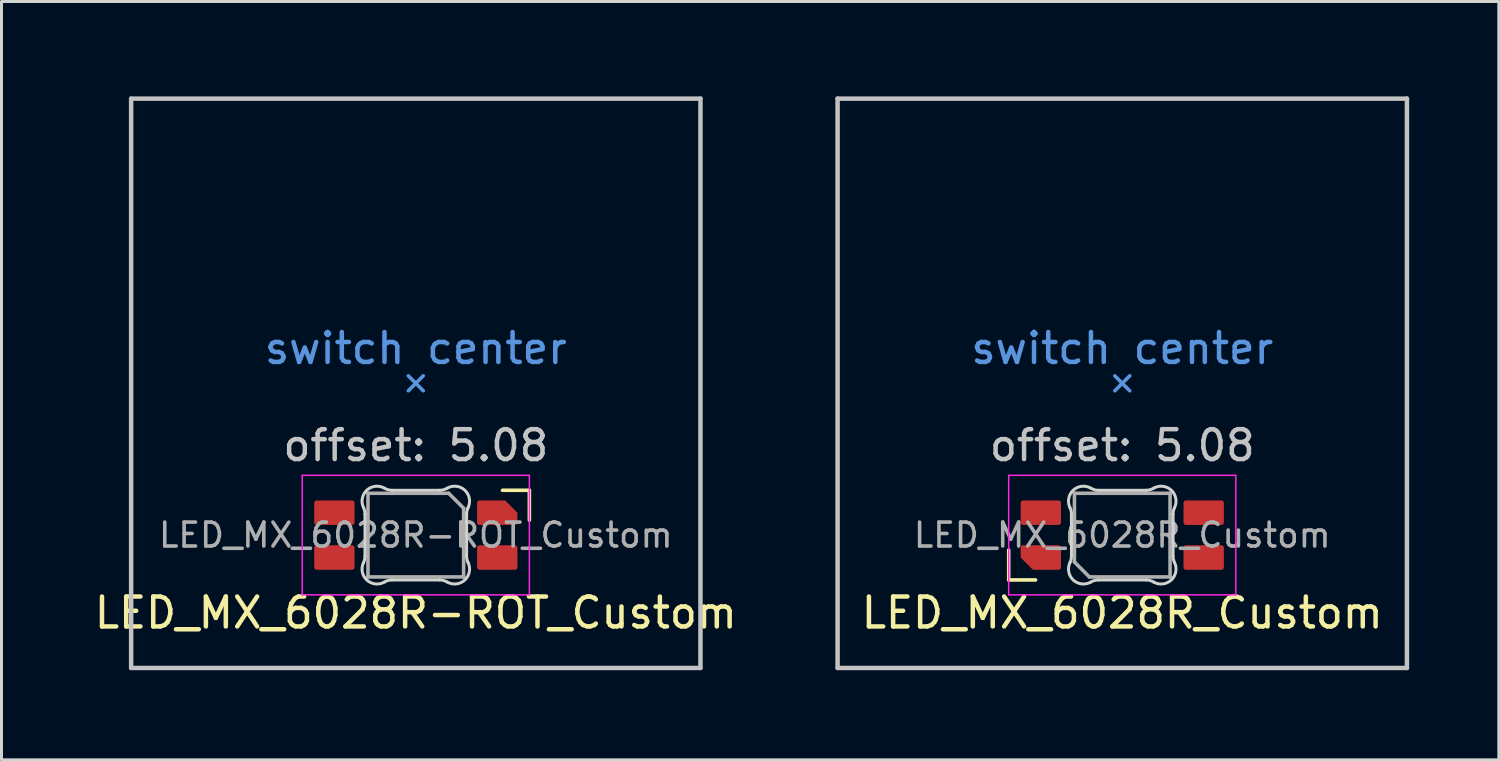
<source format=kicad_pcb>
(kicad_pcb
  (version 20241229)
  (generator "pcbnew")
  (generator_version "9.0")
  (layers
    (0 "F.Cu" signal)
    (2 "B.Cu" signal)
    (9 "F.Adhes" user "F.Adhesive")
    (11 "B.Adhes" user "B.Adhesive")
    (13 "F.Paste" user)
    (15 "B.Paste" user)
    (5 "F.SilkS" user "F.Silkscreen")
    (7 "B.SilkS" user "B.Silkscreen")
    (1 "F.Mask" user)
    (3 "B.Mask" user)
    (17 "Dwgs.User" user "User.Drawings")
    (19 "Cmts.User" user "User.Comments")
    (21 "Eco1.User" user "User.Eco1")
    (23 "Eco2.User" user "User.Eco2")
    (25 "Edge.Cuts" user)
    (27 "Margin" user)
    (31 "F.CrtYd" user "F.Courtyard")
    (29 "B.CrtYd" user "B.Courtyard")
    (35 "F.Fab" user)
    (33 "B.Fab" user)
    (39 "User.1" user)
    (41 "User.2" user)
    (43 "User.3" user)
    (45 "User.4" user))
  (footprint "LED_MX_6028R_Custom"
    (layer "F.Cu")
    (at 24.976 0.25)
    (property "Reference" "LED_MX_6028R_Custom" (at 9.525 17.205 0) (layer "F.SilkS") (effects (font (size 1 1) (thickness 0.15))))
    (attr smd)
    (fp_line (start 5.725 15.105) (end 5.725 16.105) (stroke (width 0.12) (type solid)) (layer "F.SilkS"))
    (fp_line (start 5.725 16.105) (end 6.625 16.105) (stroke (width 0.12) (type solid)) (layer "F.SilkS"))
    (fp_line (start 0 0) (end 0 19.05) (stroke (width 0.15) (type solid)) (layer "Dwgs.User"))
    (fp_line (start 0 19.05) (end 19.05 19.05) (stroke (width 0.15) (type solid)) (layer "Dwgs.User"))
    (fp_line (start 19.05 0) (end 0 0) (stroke (width 0.15) (type solid)) (layer "Dwgs.User"))
    (fp_line (start 19.05 19.05) (end 19.05 0) (stroke (width 0.15) (type solid)) (layer "Dwgs.User"))
    (fp_line (start 9.275 9.775) (end 9.525 9.525) (stroke (width 0.12) (type solid)) (layer "Cmts.User"))
    (fp_line (start 9.525 9.525) (end 9.275 9.275) (stroke (width 0.12) (type solid)) (layer "Cmts.User"))
    (fp_line (start 9.525 9.525) (end 9.775 9.275) (stroke (width 0.12) (type solid)) (layer "Cmts.User"))
    (fp_line (start 9.775 9.775) (end 9.525 9.525) (stroke (width 0.12) (type solid)) (layer "Cmts.User"))
    (fp_line (start 7.825 13.902) (end 7.825 15.308) (stroke (width 0.1) (type solid)) (layer "Edge.Cuts"))
    (fp_line (start 8.731 16.105) (end 10.319 16.105) (stroke (width 0.1) (type solid)) (layer "Edge.Cuts"))
    (fp_line (start 10.319 13.105) (end 8.731 13.105) (stroke (width 0.1) (type solid)) (layer "Edge.Cuts"))
    (fp_line (start 11.225 15.308) (end 11.225 13.902) (stroke (width 0.1) (type solid)) (layer "Edge.Cuts"))
    (fp_arc (start 7.775516 13.685279) (mid 7.812473 13.790931) (end 7.825001 13.902156) (stroke (width 0.1) (type solid)) (layer "Edge.Cuts"))
    (fp_arc (start 7.775516 13.685279) (mid 7.886929 13.100964) (end 8.478289 13.036701) (stroke (width 0.1) (type solid)) (layer "Edge.Cuts"))
    (fp_arc (start 7.825001 15.307841) (mid 7.812473 15.419067) (end 7.775516 15.524719) (stroke (width 0.1) (type solid)) (layer "Edge.Cuts"))
    (fp_arc (start 8.478289 16.173298) (mid 7.886928 16.109034) (end 7.775516 15.524718) (stroke (width 0.1) (type solid)) (layer "Edge.Cuts"))
    (fp_arc (start 8.478289 16.173298) (mid 8.599877 16.122376) (end 8.730548 16.104999) (stroke (width 0.1) (type solid)) (layer "Edge.Cuts"))
    (fp_arc (start 8.730547 13.105) (mid 8.599877 13.087623) (end 8.478289 13.036701) (stroke (width 0.1) (type solid)) (layer "Edge.Cuts"))
    (fp_arc (start 10.319452 16.104999) (mid 10.450122 16.122376) (end 10.57171 16.173298) (stroke (width 0.1) (type solid)) (layer "Edge.Cuts"))
    (fp_arc (start 10.571711 13.0367) (mid 10.450123 13.087622) (end 10.319453 13.104999) (stroke (width 0.1) (type solid)) (layer "Edge.Cuts"))
    (fp_arc (start 10.571711 13.0367) (mid 11.163072 13.100964) (end 11.274484 13.685279) (stroke (width 0.1) (type solid)) (layer "Edge.Cuts"))
    (fp_arc (start 11.224999 13.902157) (mid 11.237528 13.790931) (end 11.274484 13.685279) (stroke (width 0.1) (type solid)) (layer "Edge.Cuts"))
    (fp_arc (start 11.274484 15.524719) (mid 11.16307 16.109033) (end 10.571711 16.173296) (stroke (width 0.1) (type solid)) (layer "Edge.Cuts"))
    (fp_arc (start 11.274484 15.524719) (mid 11.237519 15.419068) (end 11.224999 15.307842) (stroke (width 0.1) (type solid)) (layer "Edge.Cuts"))
    (fp_line (start 5.725 12.605) (end 13.325 12.605) (stroke (width 0.05) (type solid)) (layer "F.CrtYd"))
    (fp_line (start 5.725 16.605) (end 5.725 12.605) (stroke (width 0.05) (type solid)) (layer "F.CrtYd"))
    (fp_line (start 13.325 12.605) (end 13.325 16.605) (stroke (width 0.05) (type solid)) (layer "F.CrtYd"))
    (fp_line (start 13.325 16.605) (end 5.725 16.605) (stroke (width 0.05) (type solid)) (layer "F.CrtYd"))
    (fp_line (start 7.925 13.205) (end 11.125 13.205) (stroke (width 0.12) (type solid)) (layer "F.Fab"))
    (fp_line (start 7.925 15.505) (end 7.925 13.205) (stroke (width 0.12) (type solid)) (layer "F.Fab"))
    (fp_line (start 7.925 15.505) (end 8.425 16.005) (stroke (width 0.12) (type solid)) (layer "F.Fab"))
    (fp_line (start 11.125 13.205) (end 11.125 16.005) (stroke (width 0.12) (type solid)) (layer "F.Fab"))
    (fp_line (start 11.125 16.005) (end 8.425 16.005) (stroke (width 0.12) (type solid)) (layer "F.Fab"))
    (fp_text user "offset: 5.08" (at 9.525 11.605 0) (layer "Dwgs.User") (effects (font (size 1 1) (thickness 0.15))))
    (fp_text user "switch center" (at 9.525 8.355 0) (layer "Cmts.User") (effects (font (size 1 1) (thickness 0.15))))
    (fp_text user "${REFERENCE}" (at 9.525 14.605 0) (layer "F.Fab") (effects (font (size 0.8 0.8) (thickness 0.12))))
    (pad "1" smd roundrect (at 12.25 13.855 90) (size 0.82 1.35) (layers "F.Cu" "F.Mask" "F.Paste") (roundrect_rratio 0.1))
    (pad "2" smd roundrect (at 12.25 15.355 90) (size 0.82 1.35) (layers "F.Cu" "F.Mask" "F.Paste") (roundrect_rratio 0.1))
    (pad "3" smd roundrect (at 6.8 13.855 90) (size 0.82 1.35) (layers "F.Cu" "F.Mask" "F.Paste") (roundrect_rratio 0.1))
    (pad "4" smd roundrect (at 6.8 15.355 90) (size 0.82 1.35) (layers "F.Cu" "F.Mask" "F.Paste") (roundrect_rratio 0.1) (chamfer_ratio 0.5) (chamfer top_left)))
  (footprint "LED_MX_6028R-ROT_Custom"
    (layer "F.Cu")
    (at 1.338 0.25)
    (property "Reference" "LED_MX_6028R-ROT_Custom" (at 9.525 17.205 0) (layer "F.SilkS") (effects (font (size 1 1) (thickness 0.15))))
    (attr smd)
    (fp_line (start 13.325 13.105) (end 12.425 13.105) (stroke (width 0.12) (type solid)) (layer "F.SilkS"))
    (fp_line (start 13.325 14.105) (end 13.325 13.105) (stroke (width 0.12) (type solid)) (layer "F.SilkS"))
    (fp_line (start 0 0) (end 0 19.05) (stroke (width 0.15) (type solid)) (layer "Dwgs.User"))
    (fp_line (start 0 19.05) (end 19.05 19.05) (stroke (width 0.15) (type solid)) (layer "Dwgs.User"))
    (fp_line (start 19.05 0) (end 0 0) (stroke (width 0.15) (type solid)) (layer "Dwgs.User"))
    (fp_line (start 19.05 19.05) (end 19.05 0) (stroke (width 0.15) (type solid)) (layer "Dwgs.User"))
    (fp_line (start 9.275 9.775) (end 9.525 9.525) (stroke (width 0.12) (type solid)) (layer "Cmts.User"))
    (fp_line (start 9.525 9.525) (end 9.275 9.275) (stroke (width 0.12) (type solid)) (layer "Cmts.User"))
    (fp_line (start 9.525 9.525) (end 9.775 9.275) (stroke (width 0.12) (type solid)) (layer "Cmts.User"))
    (fp_line (start 9.775 9.775) (end 9.525 9.525) (stroke (width 0.12) (type solid)) (layer "Cmts.User"))
    (fp_line (start 7.825 13.902) (end 7.825 15.308) (stroke (width 0.1) (type solid)) (layer "Edge.Cuts"))
    (fp_line (start 8.731 16.105) (end 10.319 16.105) (stroke (width 0.1) (type solid)) (layer "Edge.Cuts"))
    (fp_line (start 10.319 13.105) (end 8.731 13.105) (stroke (width 0.1) (type solid)) (layer "Edge.Cuts"))
    (fp_line (start 11.225 15.308) (end 11.225 13.902) (stroke (width 0.1) (type solid)) (layer "Edge.Cuts"))
    (fp_arc (start 7.775516 13.685281) (mid 7.812473 13.790933) (end 7.825001 13.902158) (stroke (width 0.1) (type solid)) (layer "Edge.Cuts"))
    (fp_arc (start 7.775516 13.685281) (mid 7.88693 13.100967) (end 8.478289 13.036704) (stroke (width 0.1) (type solid)) (layer "Edge.Cuts"))
    (fp_arc (start 7.825001 15.307843) (mid 7.812473 15.419069) (end 7.775516 15.524721) (stroke (width 0.1) (type solid)) (layer "Edge.Cuts"))
    (fp_arc (start 8.478289 16.1733) (mid 7.886929 16.109036) (end 7.775516 15.524721) (stroke (width 0.1) (type solid)) (layer "Edge.Cuts"))
    (fp_arc (start 8.478289 16.1733) (mid 8.599877 16.122378) (end 8.730547 16.105001) (stroke (width 0.1) (type solid)) (layer "Edge.Cuts"))
    (fp_arc (start 8.730548 13.105001) (mid 8.599878 13.087624) (end 8.47829 13.036702) (stroke (width 0.1) (type solid)) (layer "Edge.Cuts"))
    (fp_arc (start 10.319453 16.105) (mid 10.450123 16.122377) (end 10.571711 16.173299) (stroke (width 0.1) (type solid)) (layer "Edge.Cuts"))
    (fp_arc (start 10.571711 13.036702) (mid 10.450123 13.087624) (end 10.319452 13.105001) (stroke (width 0.1) (type solid)) (layer "Edge.Cuts"))
    (fp_arc (start 10.571711 13.036702) (mid 11.163071 13.100965) (end 11.274484 13.685282) (stroke (width 0.1) (type solid)) (layer "Edge.Cuts"))
    (fp_arc (start 11.224999 13.902159) (mid 11.237528 13.790933) (end 11.274484 13.685281) (stroke (width 0.1) (type solid)) (layer "Edge.Cuts"))
    (fp_arc (start 11.274484 15.524721) (mid 11.16307 16.109035) (end 10.571711 16.173299) (stroke (width 0.1) (type solid)) (layer "Edge.Cuts"))
    (fp_arc (start 11.274484 15.524721) (mid 11.237518 15.41907) (end 11.224999 15.307844) (stroke (width 0.1) (type solid)) (layer "Edge.Cuts"))
    (fp_line (start 5.725 12.605) (end 13.325 12.605) (stroke (width 0.05) (type solid)) (layer "F.CrtYd"))
    (fp_line (start 5.725 16.605) (end 5.725 12.605) (stroke (width 0.05) (type solid)) (layer "F.CrtYd"))
    (fp_line (start 13.325 12.605) (end 13.325 16.605) (stroke (width 0.05) (type solid)) (layer "F.CrtYd"))
    (fp_line (start 13.325 16.605) (end 5.725 16.605) (stroke (width 0.05) (type solid)) (layer "F.CrtYd"))
    (fp_line (start 7.925 13.205) (end 10.625 13.205) (stroke (width 0.12) (type solid)) (layer "F.Fab"))
    (fp_line (start 7.925 16.005) (end 7.925 13.205) (stroke (width 0.12) (type solid)) (layer "F.Fab"))
    (fp_line (start 11.125 13.705) (end 10.625 13.205) (stroke (width 0.12) (type solid)) (layer "F.Fab"))
    (fp_line (start 11.125 13.705) (end 11.125 16.005) (stroke (width 0.12) (type solid)) (layer "F.Fab"))
    (fp_line (start 11.125 16.005) (end 7.925 16.005) (stroke (width 0.12) (type solid)) (layer "F.Fab"))
    (fp_text user "offset: 5.08" (at 9.525 11.605 0) (layer "Dwgs.User") (effects (font (size 1 1) (thickness 0.15))))
    (fp_text user "switch center" (at 9.525 8.355 0) (layer "Cmts.User") (effects (font (size 1 1) (thickness 0.15))))
    (fp_text user "${REFERENCE}" (at 9.525 14.605 0) (layer "F.Fab") (effects (font (size 0.8 0.8) (thickness 0.12))))
    (pad "1" smd roundrect (at 6.8 15.355 270) (size 0.82 1.35) (layers "F.Cu" "F.Mask" "F.Paste") (roundrect_rratio 0.1))
    (pad "2" smd roundrect (at 6.8 13.855 270) (size 0.82 1.35) (layers "F.Cu" "F.Mask" "F.Paste") (roundrect_rratio 0.1))
    (pad "3" smd roundrect (at 12.25 15.355 270) (size 0.82 1.35) (layers "F.Cu" "F.Mask" "F.Paste") (roundrect_rratio 0.1))
    (pad "4" smd roundrect (at 12.25 13.855 270) (size 0.82 1.35) (layers "F.Cu" "F.Mask" "F.Paste") (roundrect_rratio 0.1) (chamfer_ratio 0.5) (chamfer top_left)))
  (gr_rect
    (start -3 -3)
    (end 47.101 22.375)
    (stroke (width 0.1) (type default))
    (fill no)
    (layer "Edge.Cuts")))
</source>
